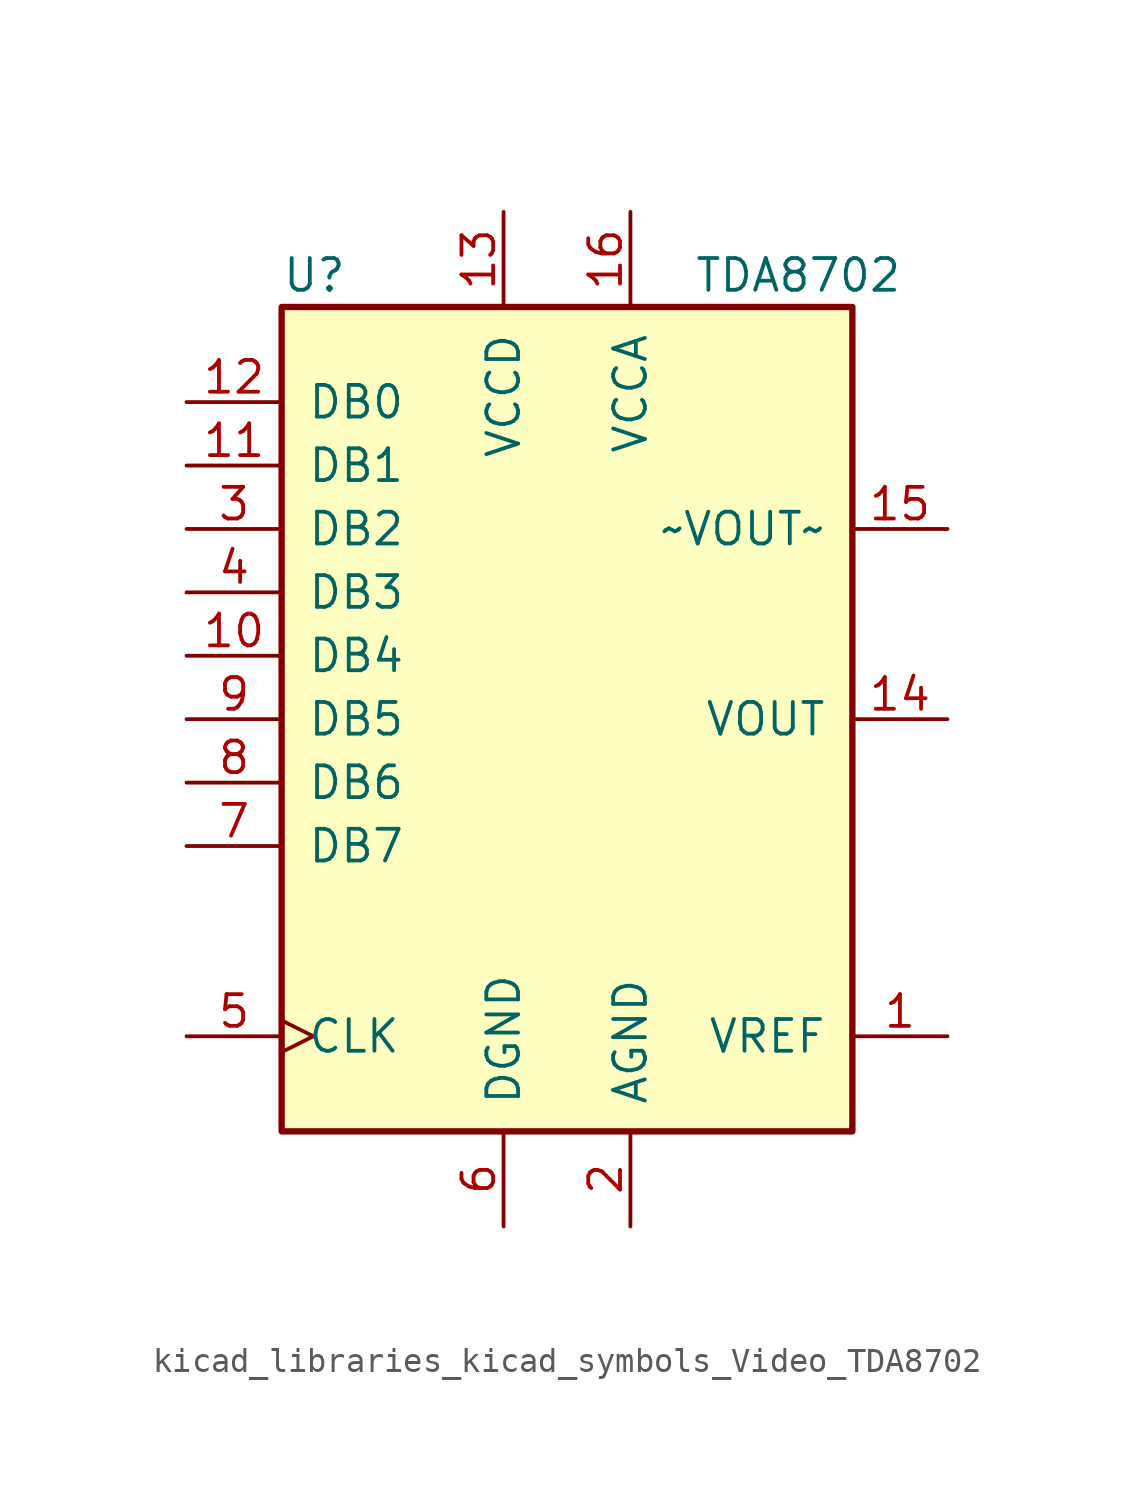
<source format=kicad_sym>
(kicad_symbol_lib
  (version 20220914)
  (generator kicad_symbol_editor)
  (symbol "kicad_libraries_kicad_symbols_Video_TDA8702"
    (pin_names
      (offset 1.016))
    (property "Reference" "U"
      (at -11.43 17.78 0)
      (effects (font (size 1.27 1.27)) (justify left)))
    (property "Value" "TDA8702"
      (at 5.08 17.78 0)
      (effects (font (size 1.27 1.27)) (justify left)))
    (symbol "kicad_libraries_kicad_symbols_Video_TDA8702_0_1"
      (rectangle (start -11.43 16.51) (end 11.43 -16.51) (stroke (width 0.254) (type default)) (fill (type background))))
    (symbol "kicad_libraries_kicad_symbols_Video_TDA8702_1_1"
      (pin bidirectional line (at 15.24 -12.7 180) (length 3.81) (name "VREF" (effects (font (size 1.27 1.27)))) (number "1" (effects (font (size 1.27 1.27)))))
      (pin input line (at -15.24 2.54 0) (length 3.81) (name "DB4" (effects (font (size 1.27 1.27)))) (number "10" (effects (font (size 1.27 1.27)))))
      (pin input line (at -15.24 10.16 0) (length 3.81) (name "DB1" (effects (font (size 1.27 1.27)))) (number "11" (effects (font (size 1.27 1.27)))))
      (pin input line (at -15.24 12.7 0) (length 3.81) (name "DB0" (effects (font (size 1.27 1.27)))) (number "12" (effects (font (size 1.27 1.27)))))
      (pin power_in line (at -2.54 20.32 270) (length 3.81) (name "VCCD" (effects (font (size 1.27 1.27)))) (number "13" (effects (font (size 1.27 1.27)))))
      (pin output line (at 15.24 0 180) (length 3.81) (name "VOUT" (effects (font (size 1.27 1.27)))) (number "14" (effects (font (size 1.27 1.27)))))
      (pin output line (at 15.24 7.62 180) (length 3.81) (name "~VOUT~" (effects (font (size 1.27 1.27)))) (number "15" (effects (font (size 1.27 1.27)))))
      (pin power_in line (at 2.54 20.32 270) (length 3.81) (name "VCCA" (effects (font (size 1.27 1.27)))) (number "16" (effects (font (size 1.27 1.27)))))
      (pin power_in line (at 2.54 -20.32 90) (length 3.81) (name "AGND" (effects (font (size 1.27 1.27)))) (number "2" (effects (font (size 1.27 1.27)))))
      (pin input line (at -15.24 7.62 0) (length 3.81) (name "DB2" (effects (font (size 1.27 1.27)))) (number "3" (effects (font (size 1.27 1.27)))))
      (pin input line (at -15.24 5.08 0) (length 3.81) (name "DB3" (effects (font (size 1.27 1.27)))) (number "4" (effects (font (size 1.27 1.27)))))
      (pin input clock (at -15.24 -12.7 0) (length 3.81) (name "CLK" (effects (font (size 1.27 1.27)))) (number "5" (effects (font (size 1.27 1.27)))))
      (pin power_in line (at -2.54 -20.32 90) (length 3.81) (name "DGND" (effects (font (size 1.27 1.27)))) (number "6" (effects (font (size 1.27 1.27)))))
      (pin input line (at -15.24 -5.08 0) (length 3.81) (name "DB7" (effects (font (size 1.27 1.27)))) (number "7" (effects (font (size 1.27 1.27)))))
      (pin input line (at -15.24 -2.54 0) (length 3.81) (name "DB6" (effects (font (size 1.27 1.27)))) (number "8" (effects (font (size 1.27 1.27)))))
      (pin input line (at -15.24 0 0) (length 3.81) (name "DB5" (effects (font (size 1.27 1.27)))) (number "9" (effects (font (size 1.27 1.27))))))))
</source>
